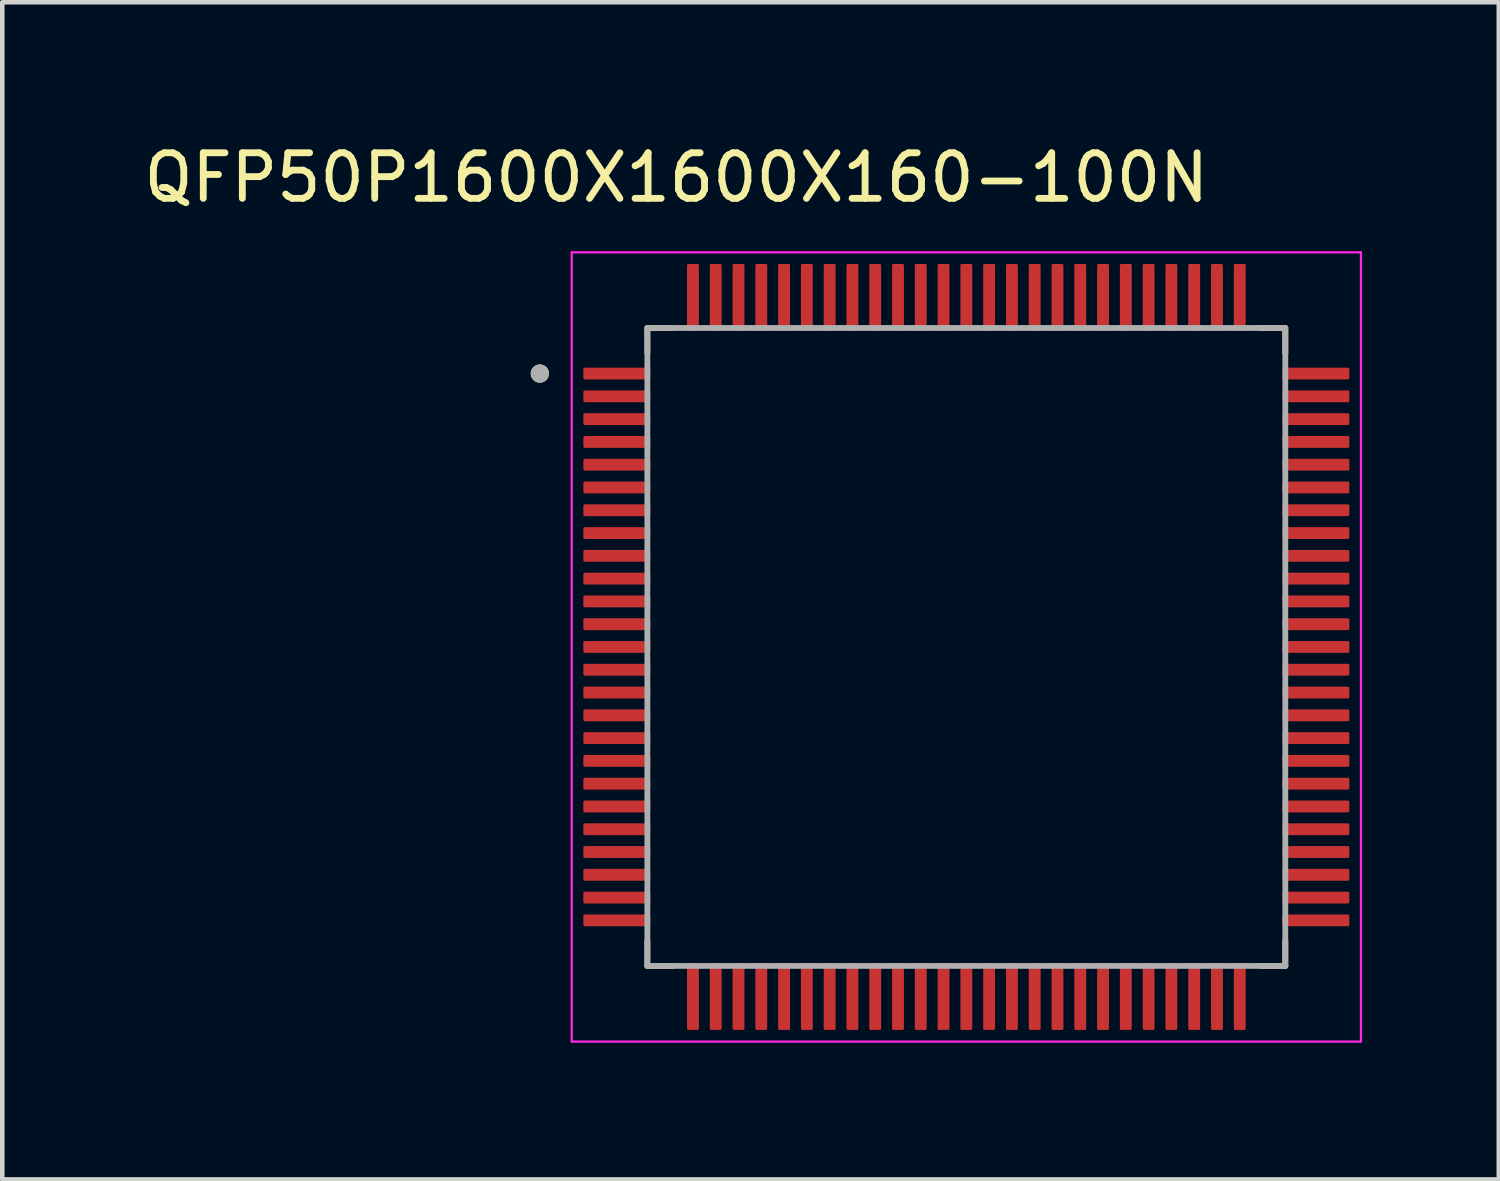
<source format=kicad_pcb>
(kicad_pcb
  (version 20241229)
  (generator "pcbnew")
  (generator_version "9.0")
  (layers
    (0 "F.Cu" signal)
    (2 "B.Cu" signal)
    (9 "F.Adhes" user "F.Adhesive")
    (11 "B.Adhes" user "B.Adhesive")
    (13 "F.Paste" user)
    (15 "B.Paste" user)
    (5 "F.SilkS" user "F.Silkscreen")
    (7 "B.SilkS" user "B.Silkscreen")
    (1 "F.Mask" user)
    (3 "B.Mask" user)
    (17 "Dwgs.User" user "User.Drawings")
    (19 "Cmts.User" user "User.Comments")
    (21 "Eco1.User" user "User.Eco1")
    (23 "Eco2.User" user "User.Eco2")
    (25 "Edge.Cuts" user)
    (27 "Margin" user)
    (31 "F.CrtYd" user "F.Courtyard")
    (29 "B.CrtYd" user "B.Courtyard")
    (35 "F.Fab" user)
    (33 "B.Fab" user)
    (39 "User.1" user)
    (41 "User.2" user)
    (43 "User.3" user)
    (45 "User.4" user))
  (footprint "QFP50P1600X1600X160-100N"
    (layer "F.Cu")
    (at 18.157 11.148)
    (property "Reference" "QFP50P1600X1600X160-100N" (at -6.365 -10.3 0) (layer "F.SilkS") (effects (font (size 1 1) (thickness 0.15))))
    (attr smd)
    (fp_line (start -7 -7) (end -7 -6.45) (stroke (width 0.127) (type solid)) (layer "F.SilkS"))
    (fp_line (start -7 -7) (end -6.45 -7) (stroke (width 0.127) (type solid)) (layer "F.SilkS"))
    (fp_line (start -7 7) (end -7 6.45) (stroke (width 0.127) (type solid)) (layer "F.SilkS"))
    (fp_line (start -7 7) (end -6.45 7) (stroke (width 0.127) (type solid)) (layer "F.SilkS"))
    (fp_line (start 7 -7) (end 6.45 -7) (stroke (width 0.127) (type solid)) (layer "F.SilkS"))
    (fp_line (start 7 -7) (end 7 -6.45) (stroke (width 0.127) (type solid)) (layer "F.SilkS"))
    (fp_line (start 7 7) (end 6.45 7) (stroke (width 0.127) (type solid)) (layer "F.SilkS"))
    (fp_line (start 7 7) (end 7 6.45) (stroke (width 0.127) (type solid)) (layer "F.SilkS"))
    (fp_circle (center -9.36 -6) (end -9.26 -6) (stroke (width 0.2) (type solid)) (fill no) (layer "F.SilkS"))
    (fp_line (start -8.66 -8.66) (end 8.66 -8.66) (stroke (width 0.05) (type solid)) (layer "F.CrtYd"))
    (fp_line (start -8.66 8.66) (end -8.66 -8.66) (stroke (width 0.05) (type solid)) (layer "F.CrtYd"))
    (fp_line (start -8.66 8.66) (end 8.66 8.66) (stroke (width 0.05) (type solid)) (layer "F.CrtYd"))
    (fp_line (start 8.66 8.66) (end 8.66 -8.66) (stroke (width 0.05) (type solid)) (layer "F.CrtYd"))
    (fp_line (start -7 7) (end -7 -7) (stroke (width 0.127) (type solid)) (layer "F.Fab"))
    (fp_line (start 7 -7) (end -7 -7) (stroke (width 0.127) (type solid)) (layer "F.Fab"))
    (fp_line (start 7 7) (end -7 7) (stroke (width 0.127) (type solid)) (layer "F.Fab"))
    (fp_line (start 7 7) (end 7 -7) (stroke (width 0.127) (type solid)) (layer "F.Fab"))
    (fp_circle (center -9.36 -6) (end -9.26 -6) (stroke (width 0.2) (type solid)) (fill no) (layer "F.Fab"))
    (pad "1" smd roundrect (at -7.67 -6) (size 1.47 0.26) (layers "F.Cu" "F.Mask" "F.Paste") (roundrect_rratio 0.125))
    (pad "2" smd roundrect (at -7.67 -5.5) (size 1.47 0.26) (layers "F.Cu" "F.Mask" "F.Paste") (roundrect_rratio 0.125))
    (pad "3" smd roundrect (at -7.67 -5) (size 1.47 0.26) (layers "F.Cu" "F.Mask" "F.Paste") (roundrect_rratio 0.125))
    (pad "4" smd roundrect (at -7.67 -4.5) (size 1.47 0.26) (layers "F.Cu" "F.Mask" "F.Paste") (roundrect_rratio 0.125))
    (pad "5" smd roundrect (at -7.67 -4) (size 1.47 0.26) (layers "F.Cu" "F.Mask" "F.Paste") (roundrect_rratio 0.125))
    (pad "6" smd roundrect (at -7.67 -3.5) (size 1.47 0.26) (layers "F.Cu" "F.Mask" "F.Paste") (roundrect_rratio 0.125))
    (pad "7" smd roundrect (at -7.67 -3) (size 1.47 0.26) (layers "F.Cu" "F.Mask" "F.Paste") (roundrect_rratio 0.125))
    (pad "8" smd roundrect (at -7.67 -2.5) (size 1.47 0.26) (layers "F.Cu" "F.Mask" "F.Paste") (roundrect_rratio 0.125))
    (pad "9" smd roundrect (at -7.67 -2) (size 1.47 0.26) (layers "F.Cu" "F.Mask" "F.Paste") (roundrect_rratio 0.125))
    (pad "10" smd roundrect (at -7.67 -1.5) (size 1.47 0.26) (layers "F.Cu" "F.Mask" "F.Paste") (roundrect_rratio 0.125))
    (pad "11" smd roundrect (at -7.67 -1) (size 1.47 0.26) (layers "F.Cu" "F.Mask" "F.Paste") (roundrect_rratio 0.125))
    (pad "12" smd roundrect (at -7.67 -0.5) (size 1.47 0.26) (layers "F.Cu" "F.Mask" "F.Paste") (roundrect_rratio 0.125))
    (pad "13" smd roundrect (at -7.67 0) (size 1.47 0.26) (layers "F.Cu" "F.Mask" "F.Paste") (roundrect_rratio 0.125))
    (pad "14" smd roundrect (at -7.67 0.5) (size 1.47 0.26) (layers "F.Cu" "F.Mask" "F.Paste") (roundrect_rratio 0.125))
    (pad "15" smd roundrect (at -7.67 1) (size 1.47 0.26) (layers "F.Cu" "F.Mask" "F.Paste") (roundrect_rratio 0.125))
    (pad "16" smd roundrect (at -7.67 1.5) (size 1.47 0.26) (layers "F.Cu" "F.Mask" "F.Paste") (roundrect_rratio 0.125))
    (pad "17" smd roundrect (at -7.67 2) (size 1.47 0.26) (layers "F.Cu" "F.Mask" "F.Paste") (roundrect_rratio 0.125))
    (pad "18" smd roundrect (at -7.67 2.5) (size 1.47 0.26) (layers "F.Cu" "F.Mask" "F.Paste") (roundrect_rratio 0.125))
    (pad "19" smd roundrect (at -7.67 3) (size 1.47 0.26) (layers "F.Cu" "F.Mask" "F.Paste") (roundrect_rratio 0.125))
    (pad "20" smd roundrect (at -7.67 3.5) (size 1.47 0.26) (layers "F.Cu" "F.Mask" "F.Paste") (roundrect_rratio 0.125))
    (pad "21" smd roundrect (at -7.67 4) (size 1.47 0.26) (layers "F.Cu" "F.Mask" "F.Paste") (roundrect_rratio 0.125))
    (pad "22" smd roundrect (at -7.67 4.5) (size 1.47 0.26) (layers "F.Cu" "F.Mask" "F.Paste") (roundrect_rratio 0.125))
    (pad "23" smd roundrect (at -7.67 5) (size 1.47 0.26) (layers "F.Cu" "F.Mask" "F.Paste") (roundrect_rratio 0.125))
    (pad "24" smd roundrect (at -7.67 5.5) (size 1.47 0.26) (layers "F.Cu" "F.Mask" "F.Paste") (roundrect_rratio 0.125))
    (pad "25" smd roundrect (at -7.67 6) (size 1.47 0.26) (layers "F.Cu" "F.Mask" "F.Paste") (roundrect_rratio 0.125))
    (pad "26" smd roundrect (at -6 7.67) (size 0.26 1.47) (layers "F.Cu" "F.Mask" "F.Paste") (roundrect_rratio 0.125))
    (pad "27" smd roundrect (at -5.5 7.67) (size 0.26 1.47) (layers "F.Cu" "F.Mask" "F.Paste") (roundrect_rratio 0.125))
    (pad "28" smd roundrect (at -5 7.67) (size 0.26 1.47) (layers "F.Cu" "F.Mask" "F.Paste") (roundrect_rratio 0.125))
    (pad "29" smd roundrect (at -4.5 7.67) (size 0.26 1.47) (layers "F.Cu" "F.Mask" "F.Paste") (roundrect_rratio 0.125))
    (pad "30" smd roundrect (at -4 7.67) (size 0.26 1.47) (layers "F.Cu" "F.Mask" "F.Paste") (roundrect_rratio 0.125))
    (pad "31" smd roundrect (at -3.5 7.67) (size 0.26 1.47) (layers "F.Cu" "F.Mask" "F.Paste") (roundrect_rratio 0.125))
    (pad "32" smd roundrect (at -3 7.67) (size 0.26 1.47) (layers "F.Cu" "F.Mask" "F.Paste") (roundrect_rratio 0.125))
    (pad "33" smd roundrect (at -2.5 7.67) (size 0.26 1.47) (layers "F.Cu" "F.Mask" "F.Paste") (roundrect_rratio 0.125))
    (pad "34" smd roundrect (at -2 7.67) (size 0.26 1.47) (layers "F.Cu" "F.Mask" "F.Paste") (roundrect_rratio 0.125))
    (pad "35" smd roundrect (at -1.5 7.67) (size 0.26 1.47) (layers "F.Cu" "F.Mask" "F.Paste") (roundrect_rratio 0.125))
    (pad "36" smd roundrect (at -1 7.67) (size 0.26 1.47) (layers "F.Cu" "F.Mask" "F.Paste") (roundrect_rratio 0.125))
    (pad "37" smd roundrect (at -0.5 7.67) (size 0.26 1.47) (layers "F.Cu" "F.Mask" "F.Paste") (roundrect_rratio 0.125))
    (pad "38" smd roundrect (at 0 7.67) (size 0.26 1.47) (layers "F.Cu" "F.Mask" "F.Paste") (roundrect_rratio 0.125))
    (pad "39" smd roundrect (at 0.5 7.67) (size 0.26 1.47) (layers "F.Cu" "F.Mask" "F.Paste") (roundrect_rratio 0.125))
    (pad "40" smd roundrect (at 1 7.67) (size 0.26 1.47) (layers "F.Cu" "F.Mask" "F.Paste") (roundrect_rratio 0.125))
    (pad "41" smd roundrect (at 1.5 7.67) (size 0.26 1.47) (layers "F.Cu" "F.Mask" "F.Paste") (roundrect_rratio 0.125))
    (pad "42" smd roundrect (at 2 7.67) (size 0.26 1.47) (layers "F.Cu" "F.Mask" "F.Paste") (roundrect_rratio 0.125))
    (pad "43" smd roundrect (at 2.5 7.67) (size 0.26 1.47) (layers "F.Cu" "F.Mask" "F.Paste") (roundrect_rratio 0.125))
    (pad "44" smd roundrect (at 3 7.67) (size 0.26 1.47) (layers "F.Cu" "F.Mask" "F.Paste") (roundrect_rratio 0.125))
    (pad "45" smd roundrect (at 3.5 7.67) (size 0.26 1.47) (layers "F.Cu" "F.Mask" "F.Paste") (roundrect_rratio 0.125))
    (pad "46" smd roundrect (at 4 7.67) (size 0.26 1.47) (layers "F.Cu" "F.Mask" "F.Paste") (roundrect_rratio 0.125))
    (pad "47" smd roundrect (at 4.5 7.67) (size 0.26 1.47) (layers "F.Cu" "F.Mask" "F.Paste") (roundrect_rratio 0.125))
    (pad "48" smd roundrect (at 5 7.67) (size 0.26 1.47) (layers "F.Cu" "F.Mask" "F.Paste") (roundrect_rratio 0.125))
    (pad "49" smd roundrect (at 5.5 7.67) (size 0.26 1.47) (layers "F.Cu" "F.Mask" "F.Paste") (roundrect_rratio 0.125))
    (pad "50" smd roundrect (at 6 7.67) (size 0.26 1.47) (layers "F.Cu" "F.Mask" "F.Paste") (roundrect_rratio 0.125))
    (pad "51" smd roundrect (at 7.67 6) (size 1.47 0.26) (layers "F.Cu" "F.Mask" "F.Paste") (roundrect_rratio 0.125))
    (pad "52" smd roundrect (at 7.67 5.5) (size 1.47 0.26) (layers "F.Cu" "F.Mask" "F.Paste") (roundrect_rratio 0.125))
    (pad "53" smd roundrect (at 7.67 5) (size 1.47 0.26) (layers "F.Cu" "F.Mask" "F.Paste") (roundrect_rratio 0.125))
    (pad "54" smd roundrect (at 7.67 4.5) (size 1.47 0.26) (layers "F.Cu" "F.Mask" "F.Paste") (roundrect_rratio 0.125))
    (pad "55" smd roundrect (at 7.67 4) (size 1.47 0.26) (layers "F.Cu" "F.Mask" "F.Paste") (roundrect_rratio 0.125))
    (pad "56" smd roundrect (at 7.67 3.5) (size 1.47 0.26) (layers "F.Cu" "F.Mask" "F.Paste") (roundrect_rratio 0.125))
    (pad "57" smd roundrect (at 7.67 3) (size 1.47 0.26) (layers "F.Cu" "F.Mask" "F.Paste") (roundrect_rratio 0.125))
    (pad "58" smd roundrect (at 7.67 2.5) (size 1.47 0.26) (layers "F.Cu" "F.Mask" "F.Paste") (roundrect_rratio 0.125))
    (pad "59" smd roundrect (at 7.67 2) (size 1.47 0.26) (layers "F.Cu" "F.Mask" "F.Paste") (roundrect_rratio 0.125))
    (pad "60" smd roundrect (at 7.67 1.5) (size 1.47 0.26) (layers "F.Cu" "F.Mask" "F.Paste") (roundrect_rratio 0.125))
    (pad "61" smd roundrect (at 7.67 1) (size 1.47 0.26) (layers "F.Cu" "F.Mask" "F.Paste") (roundrect_rratio 0.125))
    (pad "62" smd roundrect (at 7.67 0.5) (size 1.47 0.26) (layers "F.Cu" "F.Mask" "F.Paste") (roundrect_rratio 0.125))
    (pad "63" smd roundrect (at 7.67 0) (size 1.47 0.26) (layers "F.Cu" "F.Mask" "F.Paste") (roundrect_rratio 0.125))
    (pad "64" smd roundrect (at 7.67 -0.5) (size 1.47 0.26) (layers "F.Cu" "F.Mask" "F.Paste") (roundrect_rratio 0.125))
    (pad "65" smd roundrect (at 7.67 -1) (size 1.47 0.26) (layers "F.Cu" "F.Mask" "F.Paste") (roundrect_rratio 0.125))
    (pad "66" smd roundrect (at 7.67 -1.5) (size 1.47 0.26) (layers "F.Cu" "F.Mask" "F.Paste") (roundrect_rratio 0.125))
    (pad "67" smd roundrect (at 7.67 -2) (size 1.47 0.26) (layers "F.Cu" "F.Mask" "F.Paste") (roundrect_rratio 0.125))
    (pad "68" smd roundrect (at 7.67 -2.5) (size 1.47 0.26) (layers "F.Cu" "F.Mask" "F.Paste") (roundrect_rratio 0.125))
    (pad "69" smd roundrect (at 7.67 -3) (size 1.47 0.26) (layers "F.Cu" "F.Mask" "F.Paste") (roundrect_rratio 0.125))
    (pad "70" smd roundrect (at 7.67 -3.5) (size 1.47 0.26) (layers "F.Cu" "F.Mask" "F.Paste") (roundrect_rratio 0.125))
    (pad "71" smd roundrect (at 7.67 -4) (size 1.47 0.26) (layers "F.Cu" "F.Mask" "F.Paste") (roundrect_rratio 0.125))
    (pad "72" smd roundrect (at 7.67 -4.5) (size 1.47 0.26) (layers "F.Cu" "F.Mask" "F.Paste") (roundrect_rratio 0.125))
    (pad "73" smd roundrect (at 7.67 -5) (size 1.47 0.26) (layers "F.Cu" "F.Mask" "F.Paste") (roundrect_rratio 0.125))
    (pad "74" smd roundrect (at 7.67 -5.5) (size 1.47 0.26) (layers "F.Cu" "F.Mask" "F.Paste") (roundrect_rratio 0.125))
    (pad "75" smd roundrect (at 7.67 -6) (size 1.47 0.26) (layers "F.Cu" "F.Mask" "F.Paste") (roundrect_rratio 0.125))
    (pad "76" smd roundrect (at 6 -7.67) (size 0.26 1.47) (layers "F.Cu" "F.Mask" "F.Paste") (roundrect_rratio 0.125))
    (pad "77" smd roundrect (at 5.5 -7.67) (size 0.26 1.47) (layers "F.Cu" "F.Mask" "F.Paste") (roundrect_rratio 0.125))
    (pad "78" smd roundrect (at 5 -7.67) (size 0.26 1.47) (layers "F.Cu" "F.Mask" "F.Paste") (roundrect_rratio 0.125))
    (pad "79" smd roundrect (at 4.5 -7.67) (size 0.26 1.47) (layers "F.Cu" "F.Mask" "F.Paste") (roundrect_rratio 0.125))
    (pad "80" smd roundrect (at 4 -7.67) (size 0.26 1.47) (layers "F.Cu" "F.Mask" "F.Paste") (roundrect_rratio 0.125))
    (pad "81" smd roundrect (at 3.5 -7.67) (size 0.26 1.47) (layers "F.Cu" "F.Mask" "F.Paste") (roundrect_rratio 0.125))
    (pad "82" smd roundrect (at 3 -7.67) (size 0.26 1.47) (layers "F.Cu" "F.Mask" "F.Paste") (roundrect_rratio 0.125))
    (pad "83" smd roundrect (at 2.5 -7.67) (size 0.26 1.47) (layers "F.Cu" "F.Mask" "F.Paste") (roundrect_rratio 0.125))
    (pad "84" smd roundrect (at 2 -7.67) (size 0.26 1.47) (layers "F.Cu" "F.Mask" "F.Paste") (roundrect_rratio 0.125))
    (pad "85" smd roundrect (at 1.5 -7.67) (size 0.26 1.47) (layers "F.Cu" "F.Mask" "F.Paste") (roundrect_rratio 0.125))
    (pad "86" smd roundrect (at 1 -7.67) (size 0.26 1.47) (layers "F.Cu" "F.Mask" "F.Paste") (roundrect_rratio 0.125))
    (pad "87" smd roundrect (at 0.5 -7.67) (size 0.26 1.47) (layers "F.Cu" "F.Mask" "F.Paste") (roundrect_rratio 0.125))
    (pad "88" smd roundrect (at 0 -7.67) (size 0.26 1.47) (layers "F.Cu" "F.Mask" "F.Paste") (roundrect_rratio 0.125))
    (pad "89" smd roundrect (at -0.5 -7.67) (size 0.26 1.47) (layers "F.Cu" "F.Mask" "F.Paste") (roundrect_rratio 0.125))
    (pad "90" smd roundrect (at -1 -7.67) (size 0.26 1.47) (layers "F.Cu" "F.Mask" "F.Paste") (roundrect_rratio 0.125))
    (pad "91" smd roundrect (at -1.5 -7.67) (size 0.26 1.47) (layers "F.Cu" "F.Mask" "F.Paste") (roundrect_rratio 0.125))
    (pad "92" smd roundrect (at -2 -7.67) (size 0.26 1.47) (layers "F.Cu" "F.Mask" "F.Paste") (roundrect_rratio 0.125))
    (pad "93" smd roundrect (at -2.5 -7.67) (size 0.26 1.47) (layers "F.Cu" "F.Mask" "F.Paste") (roundrect_rratio 0.125))
    (pad "94" smd roundrect (at -3 -7.67) (size 0.26 1.47) (layers "F.Cu" "F.Mask" "F.Paste") (roundrect_rratio 0.125))
    (pad "95" smd roundrect (at -3.5 -7.67) (size 0.26 1.47) (layers "F.Cu" "F.Mask" "F.Paste") (roundrect_rratio 0.125))
    (pad "96" smd roundrect (at -4 -7.67) (size 0.26 1.47) (layers "F.Cu" "F.Mask" "F.Paste") (roundrect_rratio 0.125))
    (pad "97" smd roundrect (at -4.5 -7.67) (size 0.26 1.47) (layers "F.Cu" "F.Mask" "F.Paste") (roundrect_rratio 0.125))
    (pad "98" smd roundrect (at -5 -7.67) (size 0.26 1.47) (layers "F.Cu" "F.Mask" "F.Paste") (roundrect_rratio 0.125))
    (pad "99" smd roundrect (at -5.5 -7.67) (size 0.26 1.47) (layers "F.Cu" "F.Mask" "F.Paste") (roundrect_rratio 0.125))
    (pad "100" smd roundrect (at -6 -7.67) (size 0.26 1.47) (layers "F.Cu" "F.Mask" "F.Paste") (roundrect_rratio 0.125)))
  (gr_rect
    (start -3 -3)
    (end 29.842 22.833)
    (stroke (width 0.1) (type default))
    (fill no)
    (layer "Edge.Cuts")))
</source>
